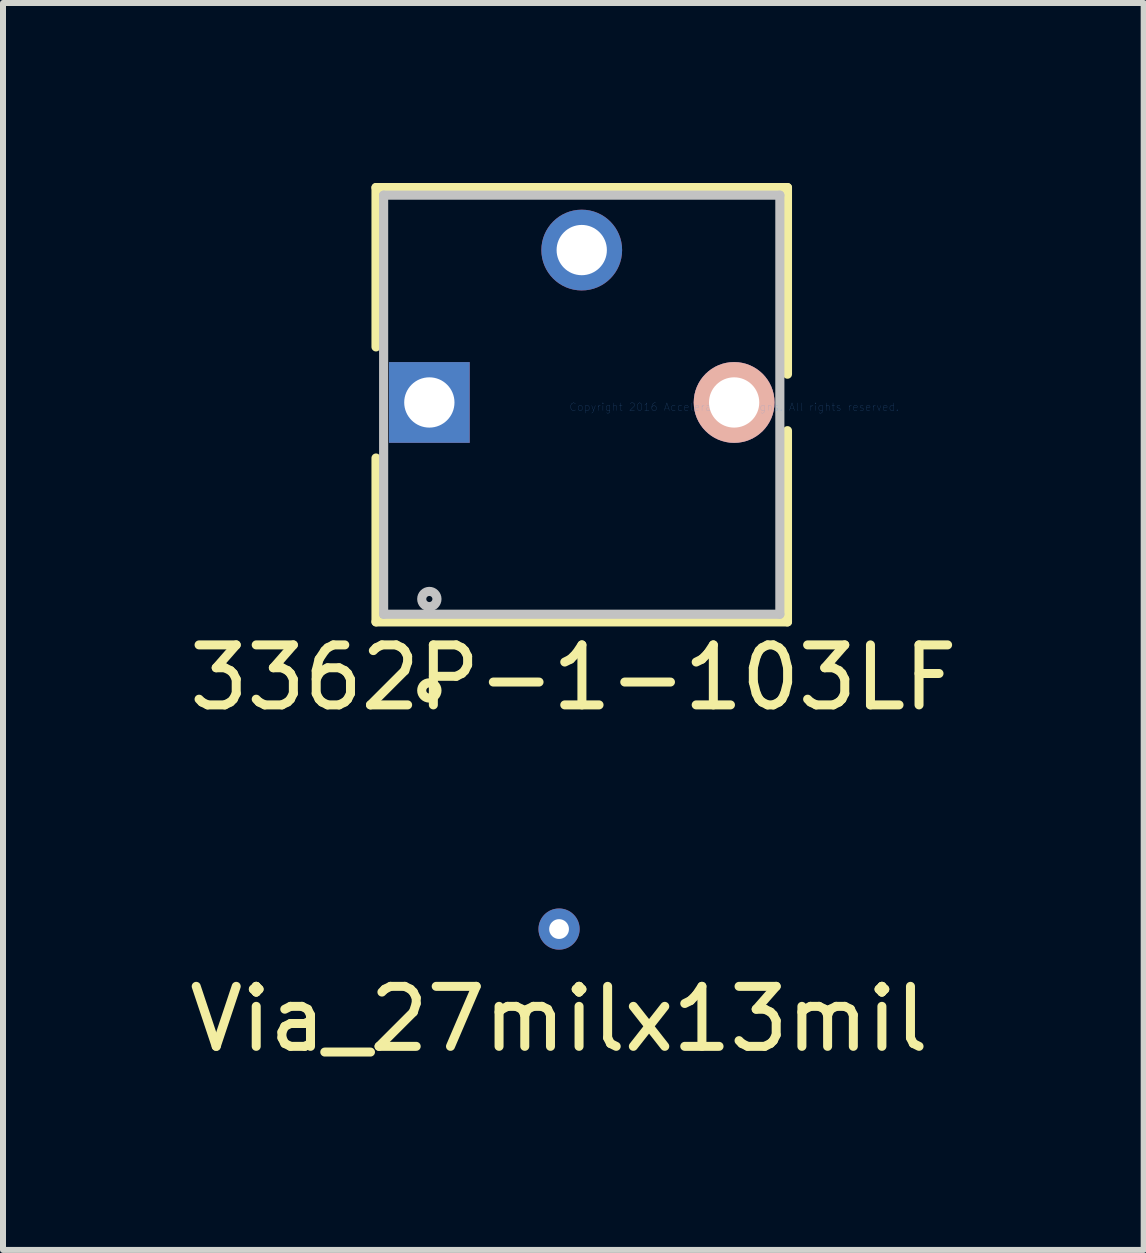
<source format=kicad_pcb>
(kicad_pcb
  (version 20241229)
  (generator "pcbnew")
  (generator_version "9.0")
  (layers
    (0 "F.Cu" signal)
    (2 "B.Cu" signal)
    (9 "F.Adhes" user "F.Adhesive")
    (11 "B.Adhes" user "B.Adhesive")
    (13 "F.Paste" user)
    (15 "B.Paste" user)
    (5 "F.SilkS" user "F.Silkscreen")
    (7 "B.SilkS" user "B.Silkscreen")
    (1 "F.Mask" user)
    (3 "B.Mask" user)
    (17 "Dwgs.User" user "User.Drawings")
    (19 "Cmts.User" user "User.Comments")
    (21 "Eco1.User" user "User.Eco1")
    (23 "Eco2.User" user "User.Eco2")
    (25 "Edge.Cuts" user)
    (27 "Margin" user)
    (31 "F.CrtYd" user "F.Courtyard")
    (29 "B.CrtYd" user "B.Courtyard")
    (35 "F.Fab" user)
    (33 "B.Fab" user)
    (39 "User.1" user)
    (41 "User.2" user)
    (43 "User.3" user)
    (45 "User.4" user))
  (footprint "Via_27milx13mil"
    (layer "F.Cu")
    (at 6.268 12.435)
    (property "Reference" "Via_27milx13mil" (at 0 1.5 0) (layer "F.SilkS") (effects (font (size 1 1) (thickness 0.15))))
    (attr through_hole)
    (pad "" thru_hole circle (at 0 0) (size 0.686 0.686) (drill 0.33) (layers "*.Cu")))
  (footprint "3362P-1-103LF"
    (layer "F.Cu")
    (at 9.186 3.734)
    (property "Reference" "3362P-1-103LF" (at -2.68 4.51 0) (layer "F.SilkS") (effects (font (size 1 1) (thickness 0.15))))
    (attr through_hole)
    (fp_line (start -5.969 -3.658) (end -5.969 -1.002) (stroke (width 0.152) (type solid)) (layer "F.SilkS"))
    (fp_line (start -5.969 0.85) (end -5.969 3.581) (stroke (width 0.152) (type solid)) (layer "F.SilkS"))
    (fp_line (start -5.969 3.581) (end 0.889 3.581) (stroke (width 0.152) (type solid)) (layer "F.SilkS"))
    (fp_line (start 0.889 -3.658) (end -5.969 -3.658) (stroke (width 0.152) (type solid)) (layer "F.SilkS"))
    (fp_line (start 0.889 -0.547) (end 0.889 -3.658) (stroke (width 0.152) (type solid)) (layer "F.SilkS"))
    (fp_line (start 0.889 3.581) (end 0.889 0.394) (stroke (width 0.152) (type solid)) (layer "F.SilkS"))
    (fp_circle (center -5.08 4.724) (end -4.953 4.724) (stroke (width 0.152) (type solid)) (fill no) (layer "F.SilkS"))
    (fp_line (start -5.842 -3.531) (end -5.842 3.454) (stroke (width 0.152) (type solid)) (layer "Dwgs.User"))
    (fp_line (start -5.842 3.454) (end 0.762 3.454) (stroke (width 0.152) (type solid)) (layer "Dwgs.User"))
    (fp_line (start 0.762 -3.531) (end -5.842 -3.531) (stroke (width 0.152) (type solid)) (layer "Dwgs.User"))
    (fp_line (start 0.762 3.454) (end 0.762 -3.531) (stroke (width 0.152) (type solid)) (layer "Dwgs.User"))
    (fp_circle (center -5.08 3.2) (end -4.953 3.2) (stroke (width 0.152) (type solid)) (fill no) (layer "Dwgs.User"))
    (fp_text user "Copyright 2016 Accelerated Designs. All rights reserved." (at 0 0 0) (layer "Cmts.User") (effects (font (size 0.127 0.127) (thickness 0.002))))
    (pad "1" thru_hole rect (at -5.08 -0.076) (size 1.346 1.346) (drill 0.838) (layers "*.Cu" "*.Mask"))
    (pad "2" thru_hole circle (at -2.54 -2.616) (size 1.346 1.346) (drill 0.838) (layers "*.Cu" "*.Mask"))
    (pad "3" thru_hole circle (at 0 -0.076) (size 1.346 1.346) (drill 0.838) (layers "*.Cu" "F.Mask" "B.SilkS")))
  (gr_rect
    (start -3 -3)
    (end 16.012 17.783)
    (stroke (width 0.1) (type default))
    (fill no)
    (layer "Edge.Cuts")))
</source>
